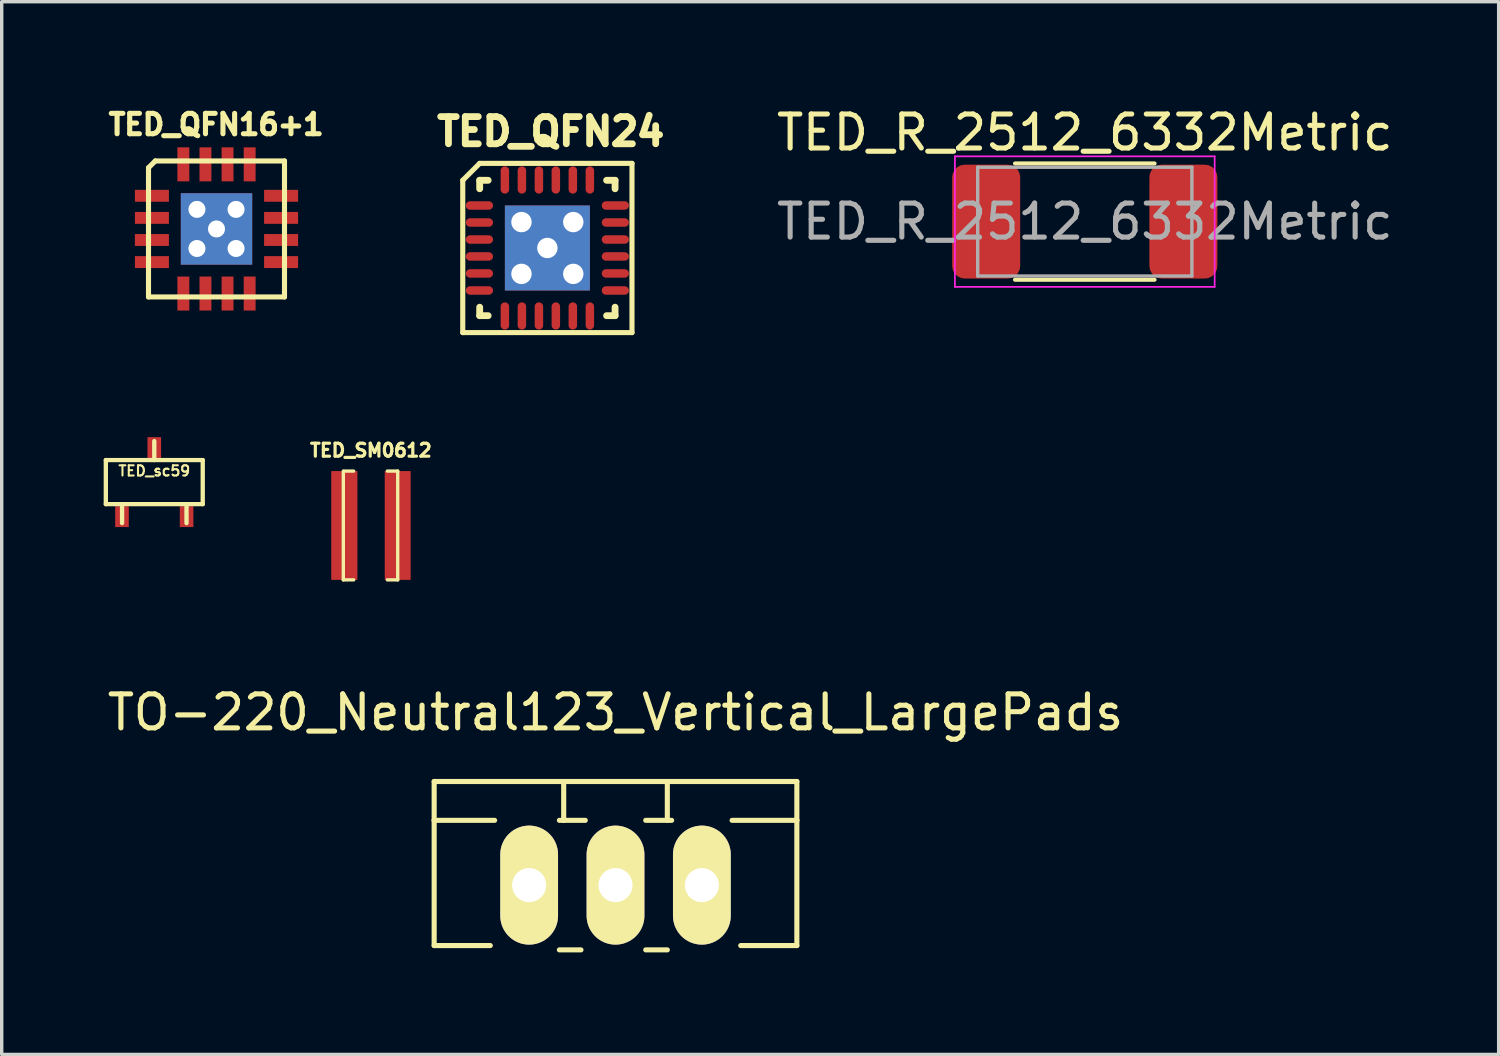
<source format=kicad_pcb>
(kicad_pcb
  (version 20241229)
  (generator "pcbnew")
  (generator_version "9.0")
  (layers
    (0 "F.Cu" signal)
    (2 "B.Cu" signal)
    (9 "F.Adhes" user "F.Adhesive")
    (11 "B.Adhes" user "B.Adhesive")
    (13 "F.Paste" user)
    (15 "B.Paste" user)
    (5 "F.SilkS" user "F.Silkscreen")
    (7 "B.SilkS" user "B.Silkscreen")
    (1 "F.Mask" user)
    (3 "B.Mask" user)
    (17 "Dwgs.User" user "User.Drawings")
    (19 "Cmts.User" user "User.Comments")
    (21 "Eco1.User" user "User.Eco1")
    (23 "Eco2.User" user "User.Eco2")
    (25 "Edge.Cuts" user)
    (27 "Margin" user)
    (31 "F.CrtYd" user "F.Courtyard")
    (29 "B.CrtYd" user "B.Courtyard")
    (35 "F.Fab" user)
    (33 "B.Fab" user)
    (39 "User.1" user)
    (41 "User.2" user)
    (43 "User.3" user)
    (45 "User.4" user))
  (footprint "TED_R_2512_6332Metric"
    (layer "F.Cu")
    (at 28.857 3.468)
    (property "Reference" "TED_R_2512_6332Metric" (at 0 -2.62 0) (layer "F.SilkS") (effects (font (size 1 1) (thickness 0.15))))
    (attr smd)
    (fp_line (start -2.052 -1.71) (end 2.052 -1.71) (stroke (width 0.12) (type solid)) (layer "F.SilkS"))
    (fp_line (start -2.052 1.71) (end 2.052 1.71) (stroke (width 0.12) (type solid)) (layer "F.SilkS"))
    (fp_line (start -3.82 -1.92) (end 3.82 -1.92) (stroke (width 0.05) (type solid)) (layer "F.CrtYd"))
    (fp_line (start -3.82 1.92) (end -3.82 -1.92) (stroke (width 0.05) (type solid)) (layer "F.CrtYd"))
    (fp_line (start 3.82 -1.92) (end 3.82 1.92) (stroke (width 0.05) (type solid)) (layer "F.CrtYd"))
    (fp_line (start 3.82 1.92) (end -3.82 1.92) (stroke (width 0.05) (type solid)) (layer "F.CrtYd"))
    (fp_line (start -3.15 -1.6) (end 3.15 -1.6) (stroke (width 0.1) (type solid)) (layer "F.Fab"))
    (fp_line (start -3.15 1.6) (end -3.15 -1.6) (stroke (width 0.1) (type solid)) (layer "F.Fab"))
    (fp_line (start 3.15 -1.6) (end 3.15 1.6) (stroke (width 0.1) (type solid)) (layer "F.Fab"))
    (fp_line (start 3.15 1.6) (end -3.15 1.6) (stroke (width 0.1) (type solid)) (layer "F.Fab"))
    (fp_text user "${REFERENCE}" (at 0 0 0) (layer "F.Fab") (effects (font (size 1 1) (thickness 0.15))))
    (pad "1" smd roundrect (at -2.9 0) (size 2 3.35) (layers "F.Cu" "F.Mask" "F.Paste") (roundrect_rratio 0.185))
    (pad "2" smd roundrect (at 2.9 0) (size 2 3.35) (layers "F.Cu" "F.Mask" "F.Paste") (roundrect_rratio 0.185)))
  (footprint "TED_sc59"
    (layer "F.Cu")
    (at 1.488 11.13)
    (property "Reference" "TED_sc59" (at 0 -0.33 0) (layer "F.SilkS") (effects (font (size 0.3 0.3) (thickness 0.061))))
    (attr smd)
    (fp_line (start -1.425 -0.648) (end 1.425 -0.648) (stroke (width 0.127) (type solid)) (layer "F.SilkS"))
    (fp_line (start -1.425 0.648) (end -1.425 -0.648) (stroke (width 0.127) (type solid)) (layer "F.SilkS"))
    (fp_line (start -0.948 0.648) (end -0.948 1.206) (stroke (width 0.127) (type solid)) (layer "F.SilkS"))
    (fp_line (start 0 -0.648) (end 0 -1.206) (stroke (width 0.127) (type solid)) (layer "F.SilkS"))
    (fp_line (start 0.948 0.648) (end 0.948 1.206) (stroke (width 0.127) (type solid)) (layer "F.SilkS"))
    (fp_line (start 1.425 -0.648) (end 1.425 0.648) (stroke (width 0.127) (type solid)) (layer "F.SilkS"))
    (fp_line (start 1.425 0.648) (end -1.425 0.648) (stroke (width 0.127) (type solid)) (layer "F.SilkS"))
    (pad "1" smd rect (at -0.95 1.016) (size 0.4 0.613) (layers "F.Cu" "F.Mask" "F.Paste"))
    (pad "2" smd rect (at 0 -1.016) (size 0.4 0.613) (layers "F.Cu" "F.Mask" "F.Paste"))
    (pad "3" smd rect (at 0.95 1.016) (size 0.4 0.613) (layers "F.Cu" "F.Mask" "F.Paste")))
  (footprint "TED_QFN24"
    (layer "F.Cu")
    (at 13.05 4.244)
    (property "Reference" "TED_QFN24" (at 0.1 -3.425 0) (layer "F.SilkS") (effects (font (size 0.8 0.8) (thickness 0.2))))
    (attr through_hole)
    (fp_line (start -2.489 -1.991) (end -2.489 2.489) (stroke (width 0.15) (type solid)) (layer "F.SilkS"))
    (fp_line (start -2.489 -1.991) (end -1.991 -2.489) (stroke (width 0.15) (type solid)) (layer "F.SilkS"))
    (fp_line (start -1.991 -2.489) (end 2.489 -2.489) (stroke (width 0.15) (type solid)) (layer "F.SilkS"))
    (fp_line (start -1.991 -1.991) (end -1.742 -1.991) (stroke (width 0.201) (type solid)) (layer "F.SilkS"))
    (fp_line (start -1.991 -1.742) (end -1.991 -1.991) (stroke (width 0.201) (type solid)) (layer "F.SilkS"))
    (fp_line (start -1.991 1.991) (end -1.991 1.742) (stroke (width 0.201) (type solid)) (layer "F.SilkS"))
    (fp_line (start -1.742 1.991) (end -1.991 1.991) (stroke (width 0.201) (type solid)) (layer "F.SilkS"))
    (fp_line (start 1.742 -1.991) (end 1.991 -1.991) (stroke (width 0.201) (type solid)) (layer "F.SilkS"))
    (fp_line (start 1.991 -1.991) (end 1.991 -1.742) (stroke (width 0.201) (type solid)) (layer "F.SilkS"))
    (fp_line (start 1.991 1.742) (end 1.991 1.991) (stroke (width 0.201) (type solid)) (layer "F.SilkS"))
    (fp_line (start 1.991 1.991) (end 1.742 1.991) (stroke (width 0.201) (type solid)) (layer "F.SilkS"))
    (fp_line (start 2.489 -2.489) (end 2.489 2.489) (stroke (width 0.15) (type solid)) (layer "F.SilkS"))
    (fp_line (start 2.489 2.489) (end -2.489 2.489) (stroke (width 0.15) (type solid)) (layer "F.SilkS"))
    (pad "1" smd oval (at -1.999 -1.25) (size 0.8 0.249) (layers "F.Cu" "F.Mask" "F.Paste"))
    (pad "2" smd oval (at -1.999 -0.749) (size 0.8 0.249) (layers "F.Cu" "F.Mask" "F.Paste"))
    (pad "3" smd oval (at -1.999 -0.249) (size 0.8 0.249) (layers "F.Cu" "F.Mask" "F.Paste"))
    (pad "4" smd oval (at -1.999 0.249) (size 0.8 0.249) (layers "F.Cu" "F.Mask" "F.Paste"))
    (pad "5" smd oval (at -1.999 0.749) (size 0.8 0.249) (layers "F.Cu" "F.Mask" "F.Paste"))
    (pad "6" smd oval (at -1.999 1.25) (size 0.8 0.249) (layers "F.Cu" "F.Mask" "F.Paste"))
    (pad "7" smd oval (at -1.25 1.999 90) (size 0.8 0.249) (layers "F.Cu" "F.Mask" "F.Paste"))
    (pad "8" smd oval (at -0.749 1.999 90) (size 0.8 0.249) (layers "F.Cu" "F.Mask" "F.Paste"))
    (pad "9" smd oval (at -0.249 1.999 90) (size 0.8 0.249) (layers "F.Cu" "F.Mask" "F.Paste"))
    (pad "10" smd oval (at 0.249 1.999 90) (size 0.8 0.249) (layers "F.Cu" "F.Mask" "F.Paste"))
    (pad "11" smd oval (at 0.749 1.999 90) (size 0.8 0.249) (layers "F.Cu" "F.Mask" "F.Paste"))
    (pad "12" smd oval (at 1.25 1.999 90) (size 0.8 0.249) (layers "F.Cu" "F.Mask" "F.Paste"))
    (pad "13" smd oval (at 1.999 1.25 180) (size 0.8 0.249) (layers "F.Cu" "F.Mask" "F.Paste"))
    (pad "14" smd oval (at 1.999 0.749 180) (size 0.8 0.249) (layers "F.Cu" "F.Mask" "F.Paste"))
    (pad "15" smd oval (at 1.999 0.249 180) (size 0.8 0.249) (layers "F.Cu" "F.Mask" "F.Paste"))
    (pad "16" smd oval (at 1.999 -0.249 180) (size 0.8 0.249) (layers "F.Cu" "F.Mask" "F.Paste"))
    (pad "17" smd oval (at 1.999 -0.749 180) (size 0.8 0.249) (layers "F.Cu" "F.Mask" "F.Paste"))
    (pad "18" smd oval (at 1.999 -1.25 180) (size 0.8 0.249) (layers "F.Cu" "F.Mask" "F.Paste"))
    (pad "19" smd oval (at 1.25 -1.999 270) (size 0.8 0.249) (layers "F.Cu" "F.Mask" "F.Paste"))
    (pad "20" smd oval (at 0.749 -1.999 270) (size 0.8 0.249) (layers "F.Cu" "F.Mask" "F.Paste"))
    (pad "21" smd oval (at 0.249 -1.999 270) (size 0.8 0.249) (layers "F.Cu" "F.Mask" "F.Paste"))
    (pad "22" smd oval (at -0.249 -1.999 270) (size 0.8 0.249) (layers "F.Cu" "F.Mask" "F.Paste"))
    (pad "23" smd oval (at -0.749 -1.999 270) (size 0.8 0.249) (layers "F.Cu" "F.Mask" "F.Paste"))
    (pad "24" smd oval (at -1.25 -1.999 270) (size 0.8 0.249) (layers "F.Cu" "F.Mask" "F.Paste"))
    (pad "25" thru_hole circle (at -0.762 -0.762 270) (size 0.6 0.6) (drill 0.6) (layers "*.Cu"))
    (pad "25" thru_hole circle (at -0.762 0.762 270) (size 0.6 0.6) (drill 0.6) (layers "*.Cu"))
    (pad "25" thru_hole circle (at 0 0 270) (size 0.6 0.6) (drill 0.6) (layers "*.Cu"))
    (pad "25" smd rect (at 0 0 270) (size 2.499 2.499) (layers "F.Cu" "F.Mask" "F.Paste"))
    (pad "25" smd rect (at 0 0 270) (size 2.499 2.499) (layers "B.Cu" "B.Mask" "B.Paste"))
    (pad "25" thru_hole circle (at 0.762 -0.762 270) (size 0.6 0.6) (drill 0.6) (layers "*.Cu"))
    (pad "25" thru_hole circle (at 0.762 0.762 270) (size 0.6 0.6) (drill 0.6) (layers "*.Cu")))
  (footprint "TO-220_Neutral123_Vertical_LargePads"
    (layer "F.Cu")
    (at 15.054 22.984)
    (property "Reference" "TO-220_Neutral123_Vertical_LargePads" (at 0 -5.08 0) (layer "F.SilkS") (effects (font (size 1 1) (thickness 0.15))))
    (attr through_hole)
    (fp_line (start -5.334 -1.905) (end -5.334 -3.048) (stroke (width 0.15) (type solid)) (layer "F.SilkS"))
    (fp_line (start -5.334 -1.905) (end -3.556 -1.905) (stroke (width 0.15) (type solid)) (layer "F.SilkS"))
    (fp_line (start -5.334 1.778) (end -5.334 -1.905) (stroke (width 0.15) (type solid)) (layer "F.SilkS"))
    (fp_line (start -5.334 1.778) (end -3.683 1.778) (stroke (width 0.15) (type solid)) (layer "F.SilkS"))
    (fp_line (start -1.524 -3.048) (end -1.524 -1.905) (stroke (width 0.15) (type solid)) (layer "F.SilkS"))
    (fp_line (start -1.524 -1.905) (end -1.651 -1.905) (stroke (width 0.15) (type solid)) (layer "F.SilkS"))
    (fp_line (start -1.524 -1.905) (end -0.889 -1.905) (stroke (width 0.15) (type solid)) (layer "F.SilkS"))
    (fp_line (start -1.016 1.905) (end -1.651 1.905) (stroke (width 0.15) (type solid)) (layer "F.SilkS"))
    (fp_line (start 0 -3.048) (end -5.334 -3.048) (stroke (width 0.15) (type solid)) (layer "F.SilkS"))
    (fp_line (start 0 -3.048) (end 5.334 -3.048) (stroke (width 0.15) (type solid)) (layer "F.SilkS"))
    (fp_line (start 0.889 -1.905) (end 1.651 -1.905) (stroke (width 0.15) (type solid)) (layer "F.SilkS"))
    (fp_line (start 1.524 -3.048) (end 1.524 -1.905) (stroke (width 0.15) (type solid)) (layer "F.SilkS"))
    (fp_line (start 1.524 1.905) (end 0.889 1.905) (stroke (width 0.15) (type solid)) (layer "F.SilkS"))
    (fp_line (start 5.334 -3.048) (end 5.334 -1.905) (stroke (width 0.15) (type solid)) (layer "F.SilkS"))
    (fp_line (start 5.334 -1.905) (end 3.429 -1.905) (stroke (width 0.15) (type solid)) (layer "F.SilkS"))
    (fp_line (start 5.334 -1.905) (end 5.334 1.778) (stroke (width 0.15) (type solid)) (layer "F.SilkS"))
    (fp_line (start 5.334 1.778) (end 3.683 1.778) (stroke (width 0.15) (type solid)) (layer "F.SilkS"))
    (pad "1" thru_hole oval (at -2.54 0 90) (size 3.5 1.699) (drill 1.001) (layers "*.Cu" "*.Mask" "F.SilkS"))
    (pad "2" thru_hole oval (at 0 0 90) (size 3.5 1.699) (drill 1.001) (layers "*.Cu" "*.Mask" "F.SilkS"))
    (pad "3" thru_hole oval (at 2.54 0 90) (size 3.5 1.699) (drill 1.001) (layers "*.Cu" "*.Mask" "F.SilkS")))
  (footprint "TED_SM0612"
    (layer "F.Cu")
    (at 7.848 12.406)
    (property "Reference" "TED_SM0612" (at 0.01 -2.21 0) (layer "F.SilkS") (effects (font (size 0.381 0.381) (thickness 0.094))))
    (attr smd)
    (fp_line (start -0.8 1.6) (end -0.8 -1.6) (stroke (width 0.099) (type solid)) (layer "F.SilkS"))
    (fp_line (start -0.495 -1.6) (end -0.77 -1.6) (stroke (width 0.099) (type solid)) (layer "F.SilkS"))
    (fp_line (start -0.495 1.6) (end -0.8 1.6) (stroke (width 0.099) (type solid)) (layer "F.SilkS"))
    (fp_line (start 0.495 -1.6) (end 0.8 -1.6) (stroke (width 0.099) (type solid)) (layer "F.SilkS"))
    (fp_line (start 0.495 1.6) (end 0.8 1.6) (stroke (width 0.099) (type solid)) (layer "F.SilkS"))
    (fp_line (start 0.8 -1.6) (end 0.8 1.6) (stroke (width 0.099) (type solid)) (layer "F.SilkS"))
    (pad "1" smd rect (at -0.77 0) (size 0.77 3.2) (layers "F.Cu" "F.Mask" "F.Paste"))
    (pad "2" smd rect (at 0.8 0) (size 0.762 3.2) (layers "F.Cu" "F.Mask" "F.Paste")))
  (footprint "TED_QFN16+1"
    (layer "F.Cu")
    (at 3.318 3.684)
    (property "Reference" "TED_QFN16+1" (at -0.01 -3.07 0) (layer "F.SilkS") (effects (font (size 0.6 0.6) (thickness 0.15))))
    (attr through_hole)
    (fp_line (start -2 -1.8) (end -2 2) (stroke (width 0.15) (type solid)) (layer "F.SilkS"))
    (fp_line (start -1.8 -2) (end -2 -1.8) (stroke (width 0.15) (type solid)) (layer "F.SilkS"))
    (fp_line (start -1.8 -2) (end 2 -2) (stroke (width 0.15) (type solid)) (layer "F.SilkS"))
    (fp_line (start 2 -2) (end 2 2) (stroke (width 0.15) (type solid)) (layer "F.SilkS"))
    (fp_line (start 2 2) (end -2 2) (stroke (width 0.15) (type solid)) (layer "F.SilkS"))
    (pad "1" smd rect (at -1.9 -0.975) (size 1 0.35) (layers "F.Cu" "F.Mask" "F.Paste"))
    (pad "2" smd rect (at -1.9 -0.325) (size 1 0.35) (layers "F.Cu" "F.Mask" "F.Paste"))
    (pad "3" smd rect (at -1.9 0.325) (size 1 0.35) (layers "F.Cu" "F.Mask" "F.Paste"))
    (pad "4" smd rect (at -1.9 0.975) (size 1 0.35) (layers "F.Cu" "F.Mask" "F.Paste"))
    (pad "5" smd rect (at -0.975 1.9 270) (size 1 0.35) (layers "F.Cu" "F.Mask" "F.Paste"))
    (pad "6" smd rect (at -0.325 1.9 270) (size 1 0.35) (layers "F.Cu" "F.Mask" "F.Paste"))
    (pad "7" smd rect (at 0.325 1.9 270) (size 1 0.35) (layers "F.Cu" "F.Mask" "F.Paste"))
    (pad "8" smd rect (at 0.975 1.9 270) (size 1 0.35) (layers "F.Cu" "F.Mask" "F.Paste"))
    (pad "9" smd rect (at 1.9 0.975) (size 1 0.35) (layers "F.Cu" "F.Mask" "F.Paste"))
    (pad "10" smd rect (at 1.9 0.325) (size 1 0.35) (layers "F.Cu" "F.Mask" "F.Paste"))
    (pad "11" smd rect (at 1.9 -0.325) (size 1 0.35) (layers "F.Cu" "F.Mask" "F.Paste"))
    (pad "12" smd rect (at 1.9 -0.975) (size 1 0.35) (layers "F.Cu" "F.Mask" "F.Paste"))
    (pad "13" smd rect (at 0.975 -1.9 270) (size 1 0.35) (layers "F.Cu" "F.Mask" "F.Paste"))
    (pad "14" smd rect (at 0.325 -1.9 270) (size 1 0.35) (layers "F.Cu" "F.Mask" "F.Paste"))
    (pad "15" smd rect (at -0.325 -1.9 270) (size 1 0.35) (layers "F.Cu" "F.Mask" "F.Paste"))
    (pad "16" smd rect (at -0.975 -1.9 270) (size 1 0.35) (layers "F.Cu" "F.Mask" "F.Paste"))
    (pad "17" thru_hole circle (at -0.575 -0.575 270) (size 0.5 0.5) (drill 0.5) (layers "*.Cu"))
    (pad "17" thru_hole circle (at -0.575 0.575 270) (size 0.5 0.5) (drill 0.5) (layers "*.Cu"))
    (pad "17" thru_hole circle (at 0 0 270) (size 0.5 0.5) (drill 0.5) (layers "*.Cu"))
    (pad "17" smd rect (at 0 0 270) (size 2.1 2.1) (layers "F.Cu" "F.Mask" "F.Paste"))
    (pad "17" smd rect (at 0 0 270) (size 2.1 2.1) (layers "B.Cu" "B.Mask" "B.Paste"))
    (pad "17" thru_hole circle (at 0.575 -0.575 270) (size 0.5 0.5) (drill 0.5) (layers "*.Cu"))
    (pad "17" thru_hole circle (at 0.575 0.575 270) (size 0.5 0.5) (drill 0.5) (layers "*.Cu")))
  (gr_rect
    (start -3 -3)
    (end 41.03 27.964)
    (stroke (width 0.1) (type default))
    (fill no)
    (layer "Edge.Cuts")))
</source>
